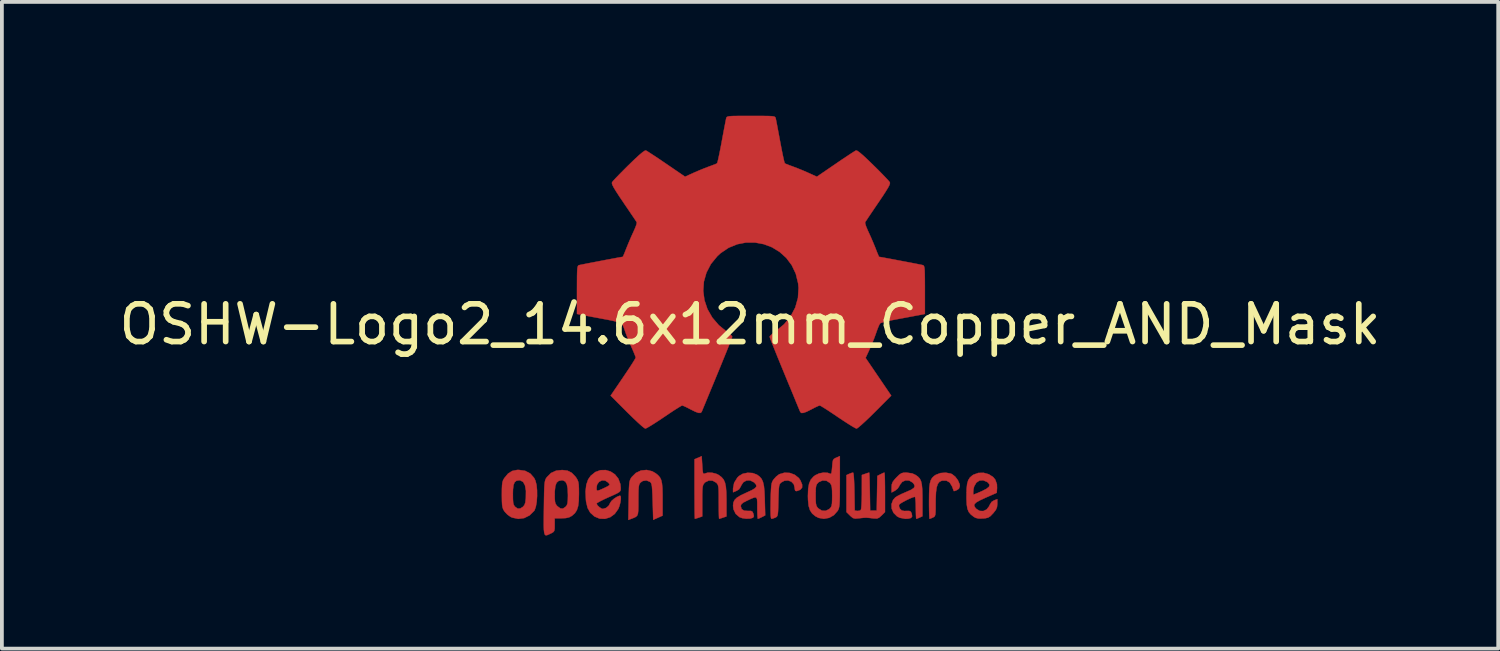
<source format=kicad_pcb>
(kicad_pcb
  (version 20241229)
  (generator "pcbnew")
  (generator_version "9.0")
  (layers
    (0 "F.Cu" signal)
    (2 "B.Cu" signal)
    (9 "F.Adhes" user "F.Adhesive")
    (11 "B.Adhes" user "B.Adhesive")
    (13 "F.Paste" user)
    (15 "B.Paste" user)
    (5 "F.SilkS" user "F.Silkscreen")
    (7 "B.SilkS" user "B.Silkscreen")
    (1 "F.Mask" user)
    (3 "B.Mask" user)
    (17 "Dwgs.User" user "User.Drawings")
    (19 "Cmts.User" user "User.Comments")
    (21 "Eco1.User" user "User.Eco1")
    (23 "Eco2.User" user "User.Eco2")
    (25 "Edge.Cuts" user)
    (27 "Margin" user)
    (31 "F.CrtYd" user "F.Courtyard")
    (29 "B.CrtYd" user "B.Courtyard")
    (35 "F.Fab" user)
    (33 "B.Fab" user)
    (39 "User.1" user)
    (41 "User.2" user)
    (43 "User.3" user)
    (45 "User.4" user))
  (footprint "OSHW-Logo2_14.6x12mm_Copper_AND_Mask"
    (layer "F.Cu")
    (at 16.839 5.552)
    (property "Reference" "OSHW-Logo2_14.6x12mm_Copper_AND_Mask" (at 0 0 0) (layer "F.SilkS") (effects (font (size 1 1) (thickness 0.15))))
    (attr exclude_from_pos_files exclude_from_bom allow_missing_courtyard)
    (fp_poly (pts (xy 5.324 3.957) (xy 5.359 3.973) (xy 5.442 4.039) (xy 5.513 4.134) (xy 5.557 4.236) (xy 5.564 4.286) (xy 5.54 4.356) (xy 5.487 4.393) (xy 5.431 4.416) (xy 5.405 4.42) (xy 5.392 4.39) (xy 5.368 4.324) (xy 5.357 4.295) (xy 5.295 4.193) (xy 5.207 4.142) (xy 5.093 4.143) (xy 5.085 4.145) (xy 5.024 4.174) (xy 4.979 4.23) (xy 4.949 4.321) (xy 4.931 4.452) (xy 4.923 4.631) (xy 4.922 4.727) (xy 4.922 4.877) (xy 4.919 4.98) (xy 4.913 5.045) (xy 4.9 5.083) (xy 4.88 5.105) (xy 4.849 5.121) (xy 4.848 5.122) (xy 4.789 5.147) (xy 4.76 5.156) (xy 4.756 5.128) (xy 4.752 5.052) (xy 4.749 4.937) (xy 4.747 4.793) (xy 4.747 4.687) (xy 4.749 4.483) (xy 4.755 4.328) (xy 4.77 4.213) (xy 4.794 4.13) (xy 4.83 4.069) (xy 4.881 4.02) (xy 4.931 3.987) (xy 5.051 3.942) (xy 5.191 3.932) (xy 5.324 3.957)) (stroke (width 0.01) (type solid)) (fill yes) (layer "F.Cu"))
    (fp_poly (pts (xy -2.595 3.895) (xy -2.501 3.949) (xy -2.436 4.003) (xy -2.388 4.059) (xy -2.355 4.128) (xy -2.335 4.22) (xy -2.323 4.344) (xy -2.319 4.51) (xy -2.319 4.63) (xy -2.319 5.071) (xy -2.443 5.127) (xy -2.567 5.182) (xy -2.581 4.699) (xy -2.587 4.519) (xy -2.594 4.388) (xy -2.601 4.298) (xy -2.612 4.239) (xy -2.627 4.203) (xy -2.646 4.18) (xy -2.653 4.175) (xy -2.748 4.137) (xy -2.845 4.152) (xy -2.902 4.192) (xy -2.926 4.221) (xy -2.942 4.258) (xy -2.952 4.315) (xy -2.958 4.401) (xy -2.96 4.527) (xy -2.961 4.658) (xy -2.961 4.823) (xy -2.964 4.94) (xy -2.973 5.019) (xy -2.993 5.07) (xy -3.027 5.103) (xy -3.08 5.129) (xy -3.15 5.156) (xy -3.227 5.185) (xy -3.218 4.667) (xy -3.214 4.48) (xy -3.21 4.342) (xy -3.204 4.243) (xy -3.195 4.173) (xy -3.181 4.124) (xy -3.162 4.085) (xy -3.139 4.05) (xy -3.027 3.939) (xy -2.891 3.875) (xy -2.742 3.86) (xy -2.595 3.895)) (stroke (width 0.01) (type solid)) (fill yes) (layer "F.Cu"))
    (fp_poly (pts (xy 1.054 3.939) (xy 1.186 3.988) (xy 1.294 4.075) (xy 1.336 4.136) (xy 1.382 4.248) (xy 1.381 4.328) (xy 1.333 4.383) (xy 1.315 4.392) (xy 1.238 4.421) (xy 1.199 4.413) (xy 1.186 4.365) (xy 1.185 4.338) (xy 1.161 4.24) (xy 1.097 4.171) (xy 1.009 4.138) (xy 0.911 4.146) (xy 0.831 4.19) (xy 0.803 4.214) (xy 0.784 4.244) (xy 0.771 4.29) (xy 0.763 4.361) (xy 0.758 4.467) (xy 0.753 4.619) (xy 0.752 4.668) (xy 0.748 4.832) (xy 0.744 4.948) (xy 0.737 5.025) (xy 0.726 5.072) (xy 0.71 5.099) (xy 0.686 5.116) (xy 0.671 5.123) (xy 0.606 5.148) (xy 0.567 5.156) (xy 0.555 5.128) (xy 0.547 5.046) (xy 0.544 4.907) (xy 0.546 4.712) (xy 0.547 4.681) (xy 0.551 4.503) (xy 0.557 4.372) (xy 0.564 4.28) (xy 0.575 4.215) (xy 0.591 4.168) (xy 0.613 4.129) (xy 0.625 4.112) (xy 0.693 4.036) (xy 0.768 3.978) (xy 0.777 3.973) (xy 0.912 3.933) (xy 1.054 3.939)) (stroke (width 0.01) (type solid)) (fill yes) (layer "F.Cu"))
    (fp_poly (pts (xy 3.568 3.957) (xy 3.573 4.034) (xy 3.576 4.151) (xy 3.578 4.298) (xy 3.579 4.453) (xy 3.579 4.976) (xy 3.487 5.068) (xy 3.423 5.125) (xy 3.367 5.148) (xy 3.291 5.147) (xy 3.26 5.143) (xy 3.166 5.132) (xy 3.087 5.126) (xy 3.068 5.126) (xy 3.004 5.129) (xy 2.912 5.139) (xy 2.876 5.143) (xy 2.788 5.15) (xy 2.729 5.135) (xy 2.671 5.089) (xy 2.65 5.068) (xy 2.557 4.976) (xy 2.557 3.997) (xy 2.631 3.963) (xy 2.696 3.938) (xy 2.733 3.93) (xy 2.743 3.957) (xy 2.752 4.035) (xy 2.759 4.154) (xy 2.765 4.305) (xy 2.768 4.433) (xy 2.776 4.937) (xy 2.846 4.947) (xy 2.909 4.94) (xy 2.94 4.917) (xy 2.949 4.876) (xy 2.956 4.787) (xy 2.962 4.662) (xy 2.965 4.513) (xy 2.965 4.436) (xy 2.966 3.994) (xy 3.058 3.962) (xy 3.123 3.94) (xy 3.158 3.93) (xy 3.159 3.93) (xy 3.163 3.957) (xy 3.167 4.034) (xy 3.171 4.15) (xy 3.174 4.296) (xy 3.177 4.433) (xy 3.185 4.937) (xy 3.36 4.937) (xy 3.368 4.477) (xy 3.376 4.018) (xy 3.461 3.974) (xy 3.525 3.943) (xy 3.562 3.93) (xy 3.563 3.93) (xy 3.568 3.957)) (stroke (width 0.01) (type solid)) (fill yes) (layer "F.Cu"))
    (fp_poly (pts (xy -1.267 3.741) (xy -1.259 3.861) (xy -1.249 3.931) (xy -1.235 3.962) (xy -1.216 3.962) (xy -1.209 3.958) (xy -1.123 3.932) (xy -1.011 3.933) (xy -0.898 3.961) (xy -0.827 3.996) (xy -0.754 4.052) (xy -0.7 4.116) (xy -0.664 4.197) (xy -0.641 4.305) (xy -0.629 4.45) (xy -0.625 4.642) (xy -0.625 4.678) (xy -0.625 5.092) (xy -0.717 5.124) (xy -0.782 5.145) (xy -0.818 5.156) (xy -0.819 5.156) (xy -0.823 5.128) (xy -0.826 5.052) (xy -0.828 4.938) (xy -0.829 4.795) (xy -0.83 4.708) (xy -0.83 4.537) (xy -0.832 4.414) (xy -0.837 4.33) (xy -0.847 4.275) (xy -0.862 4.238) (xy -0.883 4.211) (xy -0.897 4.197) (xy -0.991 4.144) (xy -1.094 4.14) (xy -1.187 4.185) (xy -1.204 4.201) (xy -1.229 4.232) (xy -1.247 4.269) (xy -1.258 4.322) (xy -1.264 4.402) (xy -1.267 4.519) (xy -1.267 4.68) (xy -1.267 5.092) (xy -1.359 5.124) (xy -1.425 5.145) (xy -1.461 5.156) (xy -1.462 5.156) (xy -1.464 5.128) (xy -1.467 5.049) (xy -1.469 4.927) (xy -1.47 4.769) (xy -1.471 4.582) (xy -1.472 4.375) (xy -1.472 4.366) (xy -1.472 3.576) (xy -1.377 3.536) (xy -1.282 3.496) (xy -1.267 3.741)) (stroke (width 0.01) (type solid)) (fill yes) (layer "F.Cu"))
    (fp_poly (pts (xy -5.964 3.883) (xy -5.827 3.955) (xy -5.726 4.071) (xy -5.69 4.146) (xy -5.662 4.257) (xy -5.648 4.399) (xy -5.647 4.553) (xy -5.657 4.703) (xy -5.68 4.834) (xy -5.713 4.927) (xy -5.723 4.943) (xy -5.845 5.064) (xy -5.989 5.136) (xy -6.145 5.157) (xy -6.303 5.124) (xy -6.347 5.105) (xy -6.433 5.044) (xy -6.508 4.964) (xy -6.515 4.954) (xy -6.544 4.906) (xy -6.563 4.853) (xy -6.574 4.785) (xy -6.579 4.686) (xy -6.581 4.545) (xy -6.581 4.513) (xy -6.581 4.503) (xy -6.289 4.503) (xy -6.287 4.637) (xy -6.281 4.725) (xy -6.267 4.782) (xy -6.243 4.821) (xy -6.231 4.835) (xy -6.161 4.885) (xy -6.093 4.882) (xy -6.024 4.839) (xy -5.984 4.793) (xy -5.959 4.725) (xy -5.946 4.619) (xy -5.945 4.606) (xy -5.942 4.413) (xy -5.967 4.27) (xy -6.017 4.178) (xy -6.094 4.136) (xy -6.121 4.134) (xy -6.193 4.145) (xy -6.242 4.185) (xy -6.272 4.26) (xy -6.286 4.379) (xy -6.289 4.503) (xy -6.581 4.503) (xy -6.58 4.363) (xy -6.575 4.258) (xy -6.565 4.185) (xy -6.548 4.131) (xy -6.521 4.084) (xy -6.515 4.075) (xy -6.416 3.956) (xy -6.308 3.887) (xy -6.176 3.86) (xy -6.131 3.859) (xy -5.964 3.883)) (stroke (width 0.01) (type solid)) (fill yes) (layer "F.Cu"))
    (fp_poly (pts (xy 6.331 3.974) (xy 6.447 4.049) (xy 6.503 4.117) (xy 6.547 4.24) (xy 6.55 4.337) (xy 6.542 4.466) (xy 6.243 4.597) (xy 6.098 4.664) (xy 6.002 4.718) (xy 5.953 4.765) (xy 5.944 4.81) (xy 5.972 4.86) (xy 6.002 4.893) (xy 6.09 4.946) (xy 6.186 4.95) (xy 6.274 4.908) (xy 6.339 4.826) (xy 6.35 4.797) (xy 6.406 4.707) (xy 6.469 4.668) (xy 6.557 4.635) (xy 6.557 4.76) (xy 6.549 4.845) (xy 6.519 4.917) (xy 6.455 5) (xy 6.446 5.01) (xy 6.375 5.084) (xy 6.315 5.123) (xy 6.239 5.141) (xy 6.176 5.147) (xy 6.063 5.149) (xy 5.983 5.13) (xy 5.933 5.102) (xy 5.855 5.041) (xy 5.8 4.975) (xy 5.766 4.892) (xy 5.747 4.78) (xy 5.74 4.626) (xy 5.74 4.548) (xy 5.742 4.455) (xy 5.918 4.455) (xy 5.92 4.505) (xy 5.925 4.513) (xy 5.959 4.502) (xy 6.031 4.473) (xy 6.128 4.431) (xy 6.148 4.422) (xy 6.27 4.36) (xy 6.337 4.305) (xy 6.352 4.254) (xy 6.317 4.202) (xy 6.288 4.179) (xy 6.182 4.134) (xy 6.083 4.141) (xy 6.001 4.197) (xy 5.943 4.296) (xy 5.925 4.375) (xy 5.918 4.455) (xy 5.742 4.455) (xy 5.743 4.367) (xy 5.757 4.232) (xy 5.785 4.134) (xy 5.83 4.062) (xy 5.895 4.005) (xy 5.923 3.987) (xy 6.053 3.939) (xy 6.194 3.936) (xy 6.331 3.974)) (stroke (width 0.01) (type solid)) (fill yes) (layer "F.Cu"))
    (fp_poly (pts (xy 2.382 4.172) (xy 2.381 4.39) (xy 2.38 4.558) (xy 2.377 4.683) (xy 2.372 4.775) (xy 2.363 4.84) (xy 2.352 4.887) (xy 2.336 4.923) (xy 2.324 4.944) (xy 2.224 5.058) (xy 2.099 5.129) (xy 1.959 5.155) (xy 1.82 5.131) (xy 1.737 5.089) (xy 1.649 5.017) (xy 1.59 4.928) (xy 1.554 4.812) (xy 1.538 4.656) (xy 1.535 4.543) (xy 1.536 4.534) (xy 1.74 4.534) (xy 1.741 4.665) (xy 1.747 4.751) (xy 1.76 4.808) (xy 1.783 4.849) (xy 1.811 4.88) (xy 1.906 4.939) (xy 2.007 4.944) (xy 2.103 4.895) (xy 2.11 4.888) (xy 2.142 4.853) (xy 2.162 4.811) (xy 2.173 4.749) (xy 2.177 4.653) (xy 2.178 4.547) (xy 2.176 4.413) (xy 2.17 4.324) (xy 2.156 4.266) (xy 2.133 4.224) (xy 2.114 4.201) (xy 2.025 4.145) (xy 1.923 4.139) (xy 1.826 4.181) (xy 1.807 4.197) (xy 1.775 4.233) (xy 1.755 4.275) (xy 1.745 4.338) (xy 1.74 4.435) (xy 1.74 4.534) (xy 1.536 4.534) (xy 1.542 4.359) (xy 1.566 4.222) (xy 1.611 4.118) (xy 1.682 4.037) (xy 1.737 3.996) (xy 1.836 3.951) (xy 1.952 3.93) (xy 2.059 3.936) (xy 2.119 3.958) (xy 2.143 3.965) (xy 2.158 3.941) (xy 2.169 3.877) (xy 2.178 3.78) (xy 2.187 3.672) (xy 2.199 3.607) (xy 2.222 3.57) (xy 2.262 3.545) (xy 2.287 3.534) (xy 2.382 3.494) (xy 2.382 4.172)) (stroke (width 0.01) (type solid)) (fill yes) (layer "F.Cu"))
    (fp_poly (pts (xy -3.697 3.902) (xy -3.581 3.979) (xy -3.492 4.091) (xy -3.439 4.234) (xy -3.429 4.338) (xy -3.43 4.382) (xy -3.44 4.416) (xy -3.468 4.446) (xy -3.523 4.479) (xy -3.613 4.522) (xy -3.748 4.582) (xy -3.749 4.582) (xy -3.873 4.639) (xy -3.975 4.69) (xy -4.044 4.729) (xy -4.07 4.75) (xy -4.07 4.75) (xy -4.047 4.797) (xy -3.994 4.848) (xy -3.933 4.886) (xy -3.902 4.893) (xy -3.817 4.867) (xy -3.744 4.804) (xy -3.708 4.733) (xy -3.674 4.682) (xy -3.607 4.623) (xy -3.528 4.572) (xy -3.458 4.544) (xy -3.444 4.543) (xy -3.427 4.568) (xy -3.426 4.632) (xy -3.438 4.718) (xy -3.461 4.81) (xy -3.492 4.891) (xy -3.494 4.894) (xy -3.587 5.024) (xy -3.708 5.113) (xy -3.845 5.156) (xy -3.988 5.151) (xy -4.124 5.094) (xy -4.13 5.09) (xy -4.237 4.993) (xy -4.308 4.866) (xy -4.347 4.699) (xy -4.352 4.652) (xy -4.362 4.431) (xy -4.35 4.327) (xy -4.07 4.327) (xy -4.067 4.392) (xy -4.047 4.411) (xy -3.997 4.397) (xy -3.919 4.363) (xy -3.831 4.322) (xy -3.829 4.321) (xy -3.755 4.282) (xy -3.725 4.256) (xy -3.733 4.228) (xy -3.764 4.192) (xy -3.842 4.141) (xy -3.927 4.137) (xy -4.003 4.175) (xy -4.055 4.247) (xy -4.07 4.327) (xy -4.35 4.327) (xy -4.342 4.254) (xy -4.293 4.113) (xy -4.225 4.015) (xy -4.102 3.915) (xy -3.967 3.866) (xy -3.828 3.863) (xy -3.697 3.902)) (stroke (width 0.01) (type solid)) (fill yes) (layer "F.Cu"))
    (fp_poly (pts (xy 0.068 3.942) (xy 0.182 3.984) (xy 0.184 3.985) (xy 0.254 4.037) (xy 0.307 4.098) (xy 0.343 4.177) (xy 0.368 4.285) (xy 0.382 4.43) (xy 0.391 4.623) (xy 0.391 4.65) (xy 0.402 5.064) (xy 0.313 5.11) (xy 0.249 5.141) (xy 0.21 5.156) (xy 0.208 5.156) (xy 0.202 5.129) (xy 0.196 5.055) (xy 0.193 4.948) (xy 0.192 4.862) (xy 0.192 4.722) (xy 0.186 4.633) (xy 0.164 4.591) (xy 0.116 4.589) (xy 0.033 4.621) (xy -0.092 4.68) (xy -0.184 4.728) (xy -0.232 4.77) (xy -0.246 4.816) (xy -0.246 4.819) (xy -0.223 4.898) (xy -0.155 4.94) (xy -0.051 4.947) (xy 0.024 4.946) (xy 0.064 4.967) (xy 0.088 5.019) (xy 0.103 5.085) (xy 0.082 5.122) (xy 0.074 5.128) (xy 0.002 5.149) (xy -0.099 5.152) (xy -0.204 5.138) (xy -0.278 5.112) (xy -0.38 5.025) (xy -0.438 4.904) (xy -0.45 4.81) (xy -0.441 4.724) (xy -0.409 4.655) (xy -0.346 4.593) (xy -0.244 4.531) (xy -0.094 4.461) (xy -0.085 4.457) (xy 0.05 4.395) (xy 0.133 4.344) (xy 0.169 4.298) (xy 0.161 4.251) (xy 0.114 4.197) (xy 0.1 4.185) (xy 0.005 4.137) (xy -0.093 4.139) (xy -0.178 4.186) (xy -0.235 4.273) (xy -0.24 4.29) (xy -0.291 4.373) (xy -0.356 4.413) (xy -0.45 4.452) (xy -0.45 4.35) (xy -0.421 4.201) (xy -0.337 4.065) (xy -0.292 4.02) (xy -0.192 3.961) (xy -0.064 3.935) (xy 0.068 3.942)) (stroke (width 0.01) (type solid)) (fill yes) (layer "F.Cu"))
    (fp_poly (pts (xy -4.84 3.879) (xy -4.729 3.935) (xy -4.63 4.037) (xy -4.603 4.075) (xy -4.574 4.125) (xy -4.554 4.179) (xy -4.543 4.251) (xy -4.538 4.354) (xy -4.537 4.491) (xy -4.542 4.679) (xy -4.559 4.82) (xy -4.592 4.925) (xy -4.644 5.006) (xy -4.718 5.072) (xy -4.723 5.076) (xy -4.797 5.116) (xy -4.885 5.136) (xy -4.997 5.141) (xy -5.18 5.141) (xy -5.18 5.318) (xy -5.181 5.417) (xy -5.192 5.475) (xy -5.219 5.509) (xy -5.27 5.539) (xy -5.283 5.544) (xy -5.341 5.572) (xy -5.386 5.59) (xy -5.42 5.592) (xy -5.443 5.571) (xy -5.458 5.523) (xy -5.467 5.441) (xy -5.47 5.32) (xy -5.469 5.154) (xy -5.467 4.936) (xy -5.466 4.871) (xy -5.463 4.647) (xy -5.46 4.5) (xy -5.18 4.5) (xy -5.178 4.625) (xy -5.171 4.706) (xy -5.155 4.76) (xy -5.127 4.801) (xy -5.108 4.821) (xy -5.03 4.88) (xy -4.961 4.885) (xy -4.89 4.836) (xy -4.888 4.835) (xy -4.859 4.797) (xy -4.841 4.746) (xy -4.832 4.667) (xy -4.829 4.547) (xy -4.829 4.52) (xy -4.836 4.354) (xy -4.858 4.239) (xy -4.897 4.169) (xy -4.957 4.137) (xy -4.992 4.134) (xy -5.073 4.149) (xy -5.13 4.198) (xy -5.163 4.288) (xy -5.178 4.425) (xy -5.18 4.5) (xy -5.46 4.5) (xy -5.46 4.473) (xy -5.456 4.343) (xy -5.45 4.247) (xy -5.442 4.18) (xy -5.431 4.132) (xy -5.417 4.096) (xy -5.397 4.065) (xy -5.389 4.053) (xy -5.279 3.942) (xy -5.141 3.879) (xy -4.98 3.862) (xy -4.84 3.879)) (stroke (width 0.01) (type solid)) (fill yes) (layer "F.Cu"))
    (fp_poly (pts (xy 4.302 3.952) (xy 4.386 3.991) (xy 4.452 4.037) (xy 4.501 4.089) (xy 4.534 4.156) (xy 4.555 4.247) (xy 4.567 4.373) (xy 4.571 4.542) (xy 4.572 4.653) (xy 4.572 5.088) (xy 4.497 5.122) (xy 4.439 5.147) (xy 4.41 5.156) (xy 4.404 5.129) (xy 4.4 5.055) (xy 4.397 4.949) (xy 4.396 4.864) (xy 4.394 4.741) (xy 4.387 4.644) (xy 4.378 4.584) (xy 4.37 4.572) (xy 4.318 4.585) (xy 4.237 4.618) (xy 4.143 4.663) (xy 4.053 4.711) (xy 3.983 4.754) (xy 3.951 4.784) (xy 3.95 4.784) (xy 3.953 4.839) (xy 3.978 4.892) (xy 4.022 4.934) (xy 4.087 4.948) (xy 4.142 4.947) (xy 4.22 4.946) (xy 4.261 4.964) (xy 4.285 5.012) (xy 4.288 5.021) (xy 4.299 5.09) (xy 4.27 5.132) (xy 4.196 5.152) (xy 4.116 5.155) (xy 3.972 5.128) (xy 3.897 5.089) (xy 3.805 4.997) (xy 3.756 4.885) (xy 3.752 4.766) (xy 3.793 4.656) (xy 3.855 4.586) (xy 3.917 4.548) (xy 4.015 4.498) (xy 4.129 4.449) (xy 4.148 4.441) (xy 4.272 4.386) (xy 4.344 4.337) (xy 4.368 4.289) (xy 4.346 4.235) (xy 4.309 4.192) (xy 4.221 4.14) (xy 4.124 4.136) (xy 4.036 4.176) (xy 3.972 4.257) (xy 3.964 4.277) (xy 3.915 4.354) (xy 3.844 4.41) (xy 3.754 4.457) (xy 3.754 4.325) (xy 3.759 4.245) (xy 3.782 4.181) (xy 3.832 4.114) (xy 3.881 4.061) (xy 3.955 3.988) (xy 4.014 3.948) (xy 4.076 3.932) (xy 4.147 3.93) (xy 4.302 3.952)) (stroke (width 0.01) (type solid)) (fill yes) (layer "F.Cu"))
    (fp_poly (pts (xy 0.233 -5.528) (xy 0.391 -5.527) (xy 0.506 -5.525) (xy 0.584 -5.521) (xy 0.633 -5.513) (xy 0.66 -5.502) (xy 0.674 -5.486) (xy 0.68 -5.465) (xy 0.681 -5.463) (xy 0.691 -5.414) (xy 0.71 -5.318) (xy 0.735 -5.186) (xy 0.765 -5.026) (xy 0.798 -4.849) (xy 0.799 -4.843) (xy 0.832 -4.67) (xy 0.862 -4.518) (xy 0.889 -4.394) (xy 0.909 -4.309) (xy 0.922 -4.272) (xy 0.922 -4.271) (xy 0.959 -4.253) (xy 1.035 -4.223) (xy 1.133 -4.187) (xy 1.134 -4.187) (xy 1.257 -4.14) (xy 1.403 -4.081) (xy 1.541 -4.021) (xy 1.547 -4.018) (xy 1.772 -3.916) (xy 2.268 -4.255) (xy 2.42 -4.359) (xy 2.558 -4.451) (xy 2.673 -4.527) (xy 2.759 -4.582) (xy 2.806 -4.61) (xy 2.81 -4.612) (xy 2.844 -4.603) (xy 2.908 -4.558) (xy 3.004 -4.476) (xy 3.134 -4.354) (xy 3.267 -4.225) (xy 3.396 -4.098) (xy 3.511 -3.981) (xy 3.605 -3.883) (xy 3.672 -3.811) (xy 3.705 -3.771) (xy 3.707 -3.769) (xy 3.71 -3.742) (xy 3.697 -3.697) (xy 3.662 -3.629) (xy 3.603 -3.532) (xy 3.517 -3.399) (xy 3.402 -3.229) (xy 3.3 -3.079) (xy 3.209 -2.944) (xy 3.134 -2.833) (xy 3.081 -2.752) (xy 3.053 -2.711) (xy 3.052 -2.708) (xy 3.055 -2.669) (xy 3.08 -2.592) (xy 3.122 -2.492) (xy 3.137 -2.46) (xy 3.202 -2.318) (xy 3.271 -2.157) (xy 3.328 -2.018) (xy 3.368 -1.914) (xy 3.401 -1.836) (xy 3.419 -1.795) (xy 3.422 -1.791) (xy 3.456 -1.786) (xy 3.537 -1.772) (xy 3.654 -1.75) (xy 3.795 -1.724) (xy 3.951 -1.694) (xy 4.111 -1.664) (xy 4.263 -1.635) (xy 4.398 -1.609) (xy 4.503 -1.588) (xy 4.57 -1.574) (xy 4.586 -1.57) (xy 4.603 -1.56) (xy 4.615 -1.539) (xy 4.625 -1.498) (xy 4.631 -1.43) (xy 4.634 -1.328) (xy 4.636 -1.186) (xy 4.637 -0.994) (xy 4.637 -0.916) (xy 4.637 -0.277) (xy 4.484 -0.247) (xy 4.398 -0.231) (xy 4.271 -0.207) (xy 4.117 -0.178) (xy 3.953 -0.148) (xy 3.907 -0.139) (xy 3.755 -0.11) (xy 3.623 -0.081) (xy 3.521 -0.055) (xy 3.461 -0.035) (xy 3.451 -0.029) (xy 3.426 0.013) (xy 3.391 0.095) (xy 3.352 0.2) (xy 3.345 0.223) (xy 3.294 0.364) (xy 3.23 0.522) (xy 3.168 0.665) (xy 3.168 0.666) (xy 3.064 0.889) (xy 3.744 1.889) (xy 3.308 2.326) (xy 3.176 2.456) (xy 3.055 2.571) (xy 2.953 2.664) (xy 2.877 2.729) (xy 2.832 2.761) (xy 2.825 2.763) (xy 2.787 2.747) (xy 2.71 2.703) (xy 2.602 2.636) (xy 2.471 2.551) (xy 2.329 2.457) (xy 2.186 2.36) (xy 2.058 2.275) (xy 1.953 2.209) (xy 1.881 2.165) (xy 1.848 2.15) (xy 1.809 2.163) (xy 1.734 2.197) (xy 1.639 2.246) (xy 1.629 2.252) (xy 1.501 2.316) (xy 1.413 2.347) (xy 1.358 2.348) (xy 1.33 2.318) (xy 1.33 2.318) (xy 1.315 2.283) (xy 1.281 2.201) (xy 1.23 2.078) (xy 1.165 1.919) (xy 1.088 1.732) (xy 1.001 1.523) (xy 0.918 1.321) (xy 0.826 1.098) (xy 0.741 0.891) (xy 0.667 0.707) (xy 0.605 0.552) (xy 0.558 0.433) (xy 0.529 0.355) (xy 0.52 0.326) (xy 0.543 0.293) (xy 0.602 0.24) (xy 0.68 0.181) (xy 0.903 -0.003) (xy 1.077 -0.215) (xy 1.2 -0.449) (xy 1.271 -0.702) (xy 1.287 -0.968) (xy 1.275 -1.091) (xy 1.213 -1.345) (xy 1.106 -1.57) (xy 0.961 -1.763) (xy 0.784 -1.922) (xy 0.583 -2.045) (xy 0.363 -2.128) (xy 0.131 -2.171) (xy -0.106 -2.171) (xy -0.341 -2.125) (xy -0.568 -2.032) (xy -0.78 -1.889) (xy -0.868 -1.808) (xy -1.038 -1.6) (xy -1.156 -1.373) (xy -1.224 -1.134) (xy -1.241 -0.888) (xy -1.209 -0.643) (xy -1.129 -0.405) (xy -1.001 -0.181) (xy -0.827 0.022) (xy -0.632 0.181) (xy -0.55 0.242) (xy -0.493 0.295) (xy -0.472 0.326) (xy -0.483 0.36) (xy -0.514 0.442) (xy -0.562 0.565) (xy -0.625 0.723) (xy -0.701 0.909) (xy -0.786 1.118) (xy -0.87 1.321) (xy -0.962 1.545) (xy -1.048 1.752) (xy -1.124 1.936) (xy -1.188 2.091) (xy -1.238 2.211) (xy -1.27 2.289) (xy -1.281 2.318) (xy -1.31 2.347) (xy -1.364 2.347) (xy -1.451 2.316) (xy -1.579 2.252) (xy -1.58 2.252) (xy -1.676 2.202) (xy -1.754 2.166) (xy -1.798 2.15) (xy -1.8 2.15) (xy -1.833 2.166) (xy -1.906 2.21) (xy -2.011 2.276) (xy -2.139 2.361) (xy -2.281 2.457) (xy -2.426 2.554) (xy -2.556 2.638) (xy -2.664 2.705) (xy -2.74 2.748) (xy -2.777 2.763) (xy -2.81 2.743) (xy -2.878 2.688) (xy -2.973 2.602) (xy -3.088 2.494) (xy -3.217 2.368) (xy -3.26 2.326) (xy -3.696 1.889) (xy -3.364 1.401) (xy -3.263 1.251) (xy -3.174 1.117) (xy -3.103 1.006) (xy -3.054 0.925) (xy -3.032 0.884) (xy -3.032 0.881) (xy -3.043 0.842) (xy -3.074 0.763) (xy -3.119 0.657) (xy -3.15 0.587) (xy -3.209 0.452) (xy -3.264 0.315) (xy -3.307 0.2) (xy -3.319 0.165) (xy -3.352 0.071) (xy -3.385 -0.002) (xy -3.402 -0.029) (xy -3.442 -0.046) (xy -3.527 -0.069) (xy -3.649 -0.098) (xy -3.794 -0.127) (xy -3.859 -0.139) (xy -4.024 -0.17) (xy -4.182 -0.199) (xy -4.318 -0.225) (xy -4.417 -0.243) (xy -4.435 -0.247) (xy -4.589 -0.277) (xy -4.589 -0.916) (xy -4.588 -1.125) (xy -4.587 -1.284) (xy -4.584 -1.399) (xy -4.579 -1.478) (xy -4.571 -1.527) (xy -4.559 -1.555) (xy -4.544 -1.568) (xy -4.538 -1.57) (xy -4.5 -1.578) (xy -4.416 -1.595) (xy -4.297 -1.619) (xy -4.154 -1.646) (xy -3.998 -1.676) (xy -3.838 -1.707) (xy -3.687 -1.735) (xy -3.554 -1.76) (xy -3.451 -1.779) (xy -3.387 -1.789) (xy -3.373 -1.791) (xy -3.361 -1.817) (xy -3.332 -1.884) (xy -3.294 -1.98) (xy -3.279 -2.018) (xy -3.22 -2.163) (xy -3.151 -2.324) (xy -3.089 -2.46) (xy -3.043 -2.564) (xy -3.012 -2.649) (xy -3.002 -2.701) (xy -3.004 -2.708) (xy -3.025 -2.741) (xy -3.074 -2.815) (xy -3.146 -2.921) (xy -3.234 -3.052) (xy -3.335 -3.199) (xy -3.354 -3.229) (xy -3.471 -3.401) (xy -3.556 -3.533) (xy -3.615 -3.63) (xy -3.649 -3.697) (xy -3.662 -3.741) (xy -3.659 -3.768) (xy -3.658 -3.769) (xy -3.63 -3.805) (xy -3.566 -3.874) (xy -3.474 -3.97) (xy -3.361 -4.084) (xy -3.234 -4.211) (xy -3.219 -4.225) (xy -3.059 -4.38) (xy -2.935 -4.494) (xy -2.845 -4.569) (xy -2.787 -4.607) (xy -2.762 -4.612) (xy -2.725 -4.591) (xy -2.647 -4.541) (xy -2.538 -4.47) (xy -2.404 -4.381) (xy -2.254 -4.279) (xy -2.219 -4.255) (xy -1.723 -3.916) (xy -1.499 -4.018) (xy -1.363 -4.077) (xy -1.217 -4.137) (xy -1.091 -4.185) (xy -1.085 -4.187) (xy -0.987 -4.223) (xy -0.911 -4.253) (xy -0.874 -4.271) (xy -0.874 -4.271) (xy -0.862 -4.305) (xy -0.842 -4.386) (xy -0.816 -4.507) (xy -0.786 -4.657) (xy -0.753 -4.829) (xy -0.751 -4.843) (xy -0.718 -5.02) (xy -0.688 -5.18) (xy -0.662 -5.314) (xy -0.643 -5.412) (xy -0.633 -5.462) (xy -0.633 -5.463) (xy -0.626 -5.484) (xy -0.614 -5.5) (xy -0.588 -5.512) (xy -0.542 -5.52) (xy -0.468 -5.525) (xy -0.358 -5.527) (xy -0.205 -5.528) (xy -0.002 -5.528) (xy 0.024 -5.528) (xy 0.233 -5.528)) (stroke (width 0.01) (type solid)) (fill yes) (layer "F.Cu"))
    (fp_poly (pts (xy 5.336 3.94) (xy 5.371 3.955) (xy 5.454 4.021) (xy 5.525 4.117) (xy 5.569 4.218) (xy 5.576 4.269) (xy 5.552 4.339) (xy 5.5 4.376) (xy 5.443 4.398) (xy 5.417 4.402) (xy 5.405 4.372) (xy 5.38 4.307) (xy 5.369 4.277) (xy 5.308 4.175) (xy 5.219 4.124) (xy 5.105 4.126) (xy 5.097 4.128) (xy 5.036 4.157) (xy 4.991 4.213) (xy 4.961 4.303) (xy 4.943 4.435) (xy 4.935 4.614) (xy 4.934 4.709) (xy 4.934 4.86) (xy 4.931 4.962) (xy 4.925 5.028) (xy 4.912 5.066) (xy 4.892 5.088) (xy 4.861 5.104) (xy 4.86 5.105) (xy 4.801 5.129) (xy 4.772 5.138) (xy 4.768 5.111) (xy 4.764 5.035) (xy 4.761 4.92) (xy 4.759 4.775) (xy 4.759 4.67) (xy 4.761 4.466) (xy 4.767 4.311) (xy 4.782 4.196) (xy 4.806 4.113) (xy 4.842 4.051) (xy 4.893 4.003) (xy 4.943 3.969) (xy 5.063 3.925) (xy 5.204 3.915) (xy 5.336 3.94)) (stroke (width 0.01) (type solid)) (fill yes) (layer "F.Mask"))
    (fp_poly (pts (xy -2.583 3.878) (xy -2.489 3.932) (xy -2.424 3.986) (xy -2.376 4.042) (xy -2.343 4.111) (xy -2.323 4.202) (xy -2.311 4.327) (xy -2.307 4.493) (xy -2.306 4.613) (xy -2.306 5.054) (xy -2.431 5.109) (xy -2.555 5.165) (xy -2.569 4.682) (xy -2.575 4.502) (xy -2.582 4.371) (xy -2.589 4.281) (xy -2.6 4.222) (xy -2.614 4.185) (xy -2.634 4.163) (xy -2.64 4.158) (xy -2.736 4.12) (xy -2.833 4.135) (xy -2.89 4.175) (xy -2.914 4.203) (xy -2.93 4.241) (xy -2.94 4.297) (xy -2.946 4.383) (xy -2.948 4.51) (xy -2.949 4.641) (xy -2.949 4.806) (xy -2.952 4.923) (xy -2.961 5.002) (xy -2.981 5.052) (xy -3.015 5.086) (xy -3.068 5.112) (xy -3.138 5.138) (xy -3.215 5.168) (xy -3.206 4.649) (xy -3.202 4.463) (xy -3.198 4.324) (xy -3.192 4.226) (xy -3.183 4.156) (xy -3.169 4.107) (xy -3.15 4.067) (xy -3.127 4.033) (xy -3.015 3.922) (xy -2.878 3.858) (xy -2.73 3.842) (xy -2.583 3.878)) (stroke (width 0.01) (type solid)) (fill yes) (layer "F.Mask"))
    (fp_poly (pts (xy 1.066 3.922) (xy 1.199 3.971) (xy 1.306 4.057) (xy 1.348 4.118) (xy 1.394 4.23) (xy 1.393 4.311) (xy 1.345 4.365) (xy 1.327 4.375) (xy 1.25 4.403) (xy 1.211 4.396) (xy 1.198 4.348) (xy 1.197 4.321) (xy 1.173 4.223) (xy 1.109 4.154) (xy 1.021 4.12) (xy 0.923 4.129) (xy 0.843 4.172) (xy 0.816 4.197) (xy 0.796 4.227) (xy 0.783 4.273) (xy 0.775 4.343) (xy 0.77 4.45) (xy 0.765 4.602) (xy 0.764 4.65) (xy 0.76 4.815) (xy 0.756 4.931) (xy 0.749 5.008) (xy 0.738 5.055) (xy 0.722 5.082) (xy 0.698 5.098) (xy 0.683 5.105) (xy 0.618 5.13) (xy 0.58 5.138) (xy 0.567 5.111) (xy 0.559 5.029) (xy 0.556 4.89) (xy 0.558 4.694) (xy 0.559 4.664) (xy 0.563 4.485) (xy 0.569 4.355) (xy 0.576 4.262) (xy 0.587 4.198) (xy 0.603 4.151) (xy 0.626 4.111) (xy 0.637 4.094) (xy 0.705 4.019) (xy 0.78 3.961) (xy 0.789 3.956) (xy 0.924 3.915) (xy 1.066 3.922)) (stroke (width 0.01) (type solid)) (fill yes) (layer "F.Mask"))
    (fp_poly (pts (xy 3.58 3.94) (xy 3.585 4.017) (xy 3.588 4.133) (xy 3.59 4.281) (xy 3.591 4.435) (xy 3.591 4.959) (xy 3.499 5.051) (xy 3.435 5.108) (xy 3.379 5.131) (xy 3.303 5.13) (xy 3.272 5.126) (xy 3.178 5.115) (xy 3.099 5.109) (xy 3.08 5.108) (xy 3.016 5.112) (xy 2.924 5.121) (xy 2.888 5.126) (xy 2.8 5.133) (xy 2.741 5.118) (xy 2.683 5.072) (xy 2.662 5.051) (xy 2.569 4.959) (xy 2.569 3.98) (xy 2.644 3.946) (xy 2.708 3.921) (xy 2.745 3.912) (xy 2.755 3.94) (xy 2.764 4.018) (xy 2.771 4.136) (xy 2.777 4.288) (xy 2.78 4.416) (xy 2.788 4.919) (xy 2.858 4.929) (xy 2.921 4.922) (xy 2.952 4.9) (xy 2.961 4.858) (xy 2.968 4.77) (xy 2.974 4.645) (xy 2.977 4.496) (xy 2.977 4.419) (xy 2.978 3.976) (xy 3.07 3.944) (xy 3.135 3.922) (xy 3.17 3.912) (xy 3.171 3.912) (xy 3.175 3.94) (xy 3.179 4.016) (xy 3.183 4.133) (xy 3.186 4.279) (xy 3.189 4.416) (xy 3.197 4.919) (xy 3.372 4.919) (xy 3.38 4.46) (xy 3.388 4.001) (xy 3.474 3.956) (xy 3.537 3.926) (xy 3.574 3.912) (xy 3.575 3.912) (xy 3.58 3.94)) (stroke (width 0.01) (type solid)) (fill yes) (layer "F.Mask"))
    (fp_poly (pts (xy -1.255 3.724) (xy -1.247 3.843) (xy -1.237 3.914) (xy -1.223 3.944) (xy -1.203 3.945) (xy -1.197 3.941) (xy -1.111 3.914) (xy -0.999 3.916) (xy -0.886 3.943) (xy -0.814 3.978) (xy -0.742 4.035) (xy -0.688 4.099) (xy -0.652 4.18) (xy -0.629 4.288) (xy -0.617 4.433) (xy -0.613 4.624) (xy -0.613 4.661) (xy -0.613 5.074) (xy -0.705 5.106) (xy -0.77 5.128) (xy -0.806 5.138) (xy -0.807 5.138) (xy -0.811 5.111) (xy -0.814 5.035) (xy -0.816 4.921) (xy -0.817 4.778) (xy -0.817 4.691) (xy -0.818 4.52) (xy -0.82 4.397) (xy -0.825 4.313) (xy -0.834 4.258) (xy -0.849 4.221) (xy -0.871 4.193) (xy -0.885 4.18) (xy -0.979 4.126) (xy -1.082 4.122) (xy -1.175 4.168) (xy -1.192 4.184) (xy -1.217 4.215) (xy -1.235 4.252) (xy -1.246 4.304) (xy -1.252 4.384) (xy -1.255 4.501) (xy -1.255 4.663) (xy -1.255 5.074) (xy -1.347 5.106) (xy -1.413 5.128) (xy -1.448 5.138) (xy -1.45 5.138) (xy -1.452 5.11) (xy -1.455 5.032) (xy -1.457 4.909) (xy -1.458 4.751) (xy -1.459 4.565) (xy -1.46 4.358) (xy -1.46 4.349) (xy -1.46 3.559) (xy -1.365 3.519) (xy -1.27 3.479) (xy -1.255 3.724)) (stroke (width 0.01) (type solid)) (fill yes) (layer "F.Mask"))
    (fp_poly (pts (xy -5.952 3.866) (xy -5.815 3.938) (xy -5.714 4.054) (xy -5.678 4.128) (xy -5.65 4.24) (xy -5.636 4.381) (xy -5.635 4.535) (xy -5.645 4.686) (xy -5.668 4.816) (xy -5.701 4.91) (xy -5.711 4.926) (xy -5.833 5.046) (xy -5.977 5.118) (xy -6.133 5.139) (xy -6.291 5.107) (xy -6.335 5.087) (xy -6.42 5.027) (xy -6.496 4.947) (xy -6.503 4.937) (xy -6.532 4.888) (xy -6.551 4.836) (xy -6.562 4.767) (xy -6.567 4.669) (xy -6.569 4.528) (xy -6.569 4.496) (xy -6.569 4.486) (xy -6.277 4.486) (xy -6.275 4.619) (xy -6.269 4.708) (xy -6.255 4.765) (xy -6.231 4.804) (xy -6.219 4.817) (xy -6.149 4.867) (xy -6.081 4.865) (xy -6.012 4.822) (xy -5.971 4.775) (xy -5.947 4.708) (xy -5.934 4.601) (xy -5.933 4.589) (xy -5.93 4.396) (xy -5.955 4.253) (xy -6.005 4.16) (xy -6.082 4.119) (xy -6.109 4.117) (xy -6.181 4.128) (xy -6.23 4.167) (xy -6.26 4.242) (xy -6.274 4.361) (xy -6.277 4.486) (xy -6.569 4.486) (xy -6.568 4.346) (xy -6.563 4.241) (xy -6.553 4.168) (xy -6.536 4.114) (xy -6.509 4.067) (xy -6.503 4.058) (xy -6.404 3.939) (xy -6.296 3.87) (xy -6.164 3.843) (xy -6.119 3.841) (xy -5.952 3.866)) (stroke (width 0.01) (type solid)) (fill yes) (layer "F.Mask"))
    (fp_poly (pts (xy 6.343 3.957) (xy 6.459 4.032) (xy 6.515 4.1) (xy 6.559 4.222) (xy 6.562 4.319) (xy 6.554 4.449) (xy 6.255 4.58) (xy 6.11 4.647) (xy 6.015 4.701) (xy 5.965 4.747) (xy 5.957 4.793) (xy 5.984 4.843) (xy 6.014 4.876) (xy 6.102 4.929) (xy 6.198 4.932) (xy 6.286 4.891) (xy 6.351 4.809) (xy 6.362 4.78) (xy 6.418 4.69) (xy 6.482 4.651) (xy 6.569 4.618) (xy 6.569 4.743) (xy 6.561 4.828) (xy 6.531 4.9) (xy 6.468 4.982) (xy 6.458 4.993) (xy 6.388 5.066) (xy 6.327 5.106) (xy 6.251 5.124) (xy 6.188 5.13) (xy 6.075 5.131) (xy 5.995 5.113) (xy 5.945 5.085) (xy 5.867 5.024) (xy 5.812 4.958) (xy 5.778 4.874) (xy 5.759 4.762) (xy 5.752 4.609) (xy 5.752 4.531) (xy 5.754 4.438) (xy 5.93 4.438) (xy 5.932 4.488) (xy 5.937 4.496) (xy 5.971 4.485) (xy 6.043 4.455) (xy 6.14 4.414) (xy 6.16 4.405) (xy 6.282 4.342) (xy 6.35 4.288) (xy 6.364 4.237) (xy 6.329 4.185) (xy 6.3 4.162) (xy 6.194 4.116) (xy 6.095 4.124) (xy 6.013 4.18) (xy 5.956 4.279) (xy 5.937 4.357) (xy 5.93 4.438) (xy 5.754 4.438) (xy 5.755 4.349) (xy 5.769 4.215) (xy 5.797 4.117) (xy 5.842 4.045) (xy 5.907 3.988) (xy 5.935 3.969) (xy 6.065 3.921) (xy 6.206 3.918) (xy 6.343 3.957)) (stroke (width 0.01) (type solid)) (fill yes) (layer "F.Mask"))
    (fp_poly (pts (xy 2.394 4.154) (xy 2.394 4.373) (xy 2.392 4.541) (xy 2.389 4.666) (xy 2.384 4.757) (xy 2.375 4.822) (xy 2.364 4.869) (xy 2.348 4.906) (xy 2.336 4.927) (xy 2.236 5.041) (xy 2.111 5.112) (xy 1.971 5.138) (xy 1.832 5.114) (xy 1.749 5.072) (xy 1.662 4.999) (xy 1.602 4.911) (xy 1.566 4.794) (xy 1.55 4.639) (xy 1.547 4.525) (xy 1.548 4.517) (xy 1.752 4.517) (xy 1.753 4.648) (xy 1.759 4.734) (xy 1.772 4.791) (xy 1.795 4.832) (xy 1.823 4.862) (xy 1.918 4.922) (xy 2.019 4.927) (xy 2.115 4.877) (xy 2.122 4.871) (xy 2.154 4.836) (xy 2.174 4.794) (xy 2.185 4.732) (xy 2.189 4.636) (xy 2.19 4.529) (xy 2.188 4.396) (xy 2.182 4.307) (xy 2.169 4.248) (xy 2.145 4.206) (xy 2.126 4.184) (xy 2.038 4.128) (xy 1.936 4.121) (xy 1.838 4.164) (xy 1.819 4.18) (xy 1.787 4.215) (xy 1.767 4.258) (xy 1.757 4.32) (xy 1.752 4.417) (xy 1.752 4.517) (xy 1.548 4.517) (xy 1.555 4.342) (xy 1.578 4.204) (xy 1.624 4.101) (xy 1.694 4.02) (xy 1.749 3.978) (xy 1.848 3.934) (xy 1.964 3.913) (xy 2.071 3.919) (xy 2.131 3.941) (xy 2.155 3.947) (xy 2.17 3.924) (xy 2.181 3.86) (xy 2.19 3.763) (xy 2.199 3.655) (xy 2.211 3.589) (xy 2.234 3.552) (xy 2.274 3.528) (xy 2.299 3.517) (xy 2.394 3.477) (xy 2.394 4.154)) (stroke (width 0.01) (type solid)) (fill yes) (layer "F.Mask"))
    (fp_poly (pts (xy -3.684 3.885) (xy -3.569 3.962) (xy -3.48 4.074) (xy -3.427 4.216) (xy -3.417 4.321) (xy -3.418 4.365) (xy -3.428 4.398) (xy -3.456 4.428) (xy -3.511 4.461) (xy -3.601 4.505) (xy -3.736 4.565) (xy -3.737 4.565) (xy -3.861 4.622) (xy -3.963 4.673) (xy -4.032 4.711) (xy -4.058 4.733) (xy -4.058 4.733) (xy -4.035 4.78) (xy -3.982 4.831) (xy -3.921 4.868) (xy -3.889 4.876) (xy -3.805 4.85) (xy -3.732 4.786) (xy -3.696 4.716) (xy -3.662 4.664) (xy -3.595 4.605) (xy -3.516 4.554) (xy -3.446 4.527) (xy -3.432 4.525) (xy -3.415 4.55) (xy -3.414 4.614) (xy -3.426 4.701) (xy -3.449 4.793) (xy -3.48 4.873) (xy -3.482 4.877) (xy -3.575 5.007) (xy -3.696 5.095) (xy -3.833 5.139) (xy -3.975 5.134) (xy -4.112 5.077) (xy -4.118 5.073) (xy -4.225 4.975) (xy -4.296 4.848) (xy -4.335 4.682) (xy -4.34 4.635) (xy -4.349 4.413) (xy -4.338 4.31) (xy -4.058 4.31) (xy -4.055 4.375) (xy -4.035 4.393) (xy -3.985 4.379) (xy -3.907 4.346) (xy -3.819 4.304) (xy -3.817 4.303) (xy -3.743 4.264) (xy -3.713 4.238) (xy -3.721 4.211) (xy -3.751 4.175) (xy -3.83 4.123) (xy -3.915 4.119) (xy -3.991 4.157) (xy -4.043 4.23) (xy -4.058 4.31) (xy -4.338 4.31) (xy -4.33 4.236) (xy -4.281 4.096) (xy -4.213 3.997) (xy -4.09 3.898) (xy -3.954 3.849) (xy -3.816 3.846) (xy -3.684 3.885)) (stroke (width 0.01) (type solid)) (fill yes) (layer "F.Mask"))
    (fp_poly (pts (xy 0.08 3.924) (xy 0.194 3.967) (xy 0.196 3.968) (xy 0.266 4.02) (xy 0.319 4.081) (xy 0.355 4.16) (xy 0.38 4.267) (xy 0.394 4.413) (xy 0.403 4.605) (xy 0.404 4.633) (xy 0.414 5.047) (xy 0.325 5.092) (xy 0.261 5.123) (xy 0.222 5.138) (xy 0.22 5.138) (xy 0.214 5.111) (xy 0.208 5.038) (xy 0.205 4.931) (xy 0.204 4.844) (xy 0.204 4.704) (xy 0.198 4.616) (xy 0.176 4.574) (xy 0.128 4.572) (xy 0.045 4.604) (xy -0.08 4.662) (xy -0.172 4.711) (xy -0.22 4.753) (xy -0.234 4.799) (xy -0.234 4.801) (xy -0.211 4.88) (xy -0.143 4.923) (xy -0.039 4.929) (xy 0.036 4.928) (xy 0.076 4.95) (xy 0.1 5.002) (xy 0.115 5.068) (xy 0.094 5.105) (xy 0.087 5.11) (xy 0.014 5.132) (xy -0.087 5.135) (xy -0.192 5.121) (xy -0.266 5.095) (xy -0.368 5.008) (xy -0.426 4.887) (xy -0.438 4.792) (xy -0.429 4.707) (xy -0.397 4.637) (xy -0.334 4.576) (xy -0.232 4.514) (xy -0.082 4.444) (xy -0.073 4.44) (xy 0.062 4.378) (xy 0.145 4.326) (xy 0.181 4.28) (xy 0.173 4.234) (xy 0.126 4.18) (xy 0.112 4.168) (xy 0.017 4.12) (xy -0.081 4.122) (xy -0.166 4.169) (xy -0.223 4.256) (xy -0.228 4.273) (xy -0.279 4.356) (xy -0.344 4.395) (xy -0.438 4.435) (xy -0.438 4.333) (xy -0.409 4.184) (xy -0.325 4.048) (xy -0.28 4.002) (xy -0.18 3.944) (xy -0.052 3.917) (xy 0.08 3.924)) (stroke (width 0.01) (type solid)) (fill yes) (layer "F.Mask"))
    (fp_poly (pts (xy -4.828 3.862) (xy -4.717 3.918) (xy -4.618 4.02) (xy -4.591 4.058) (xy -4.561 4.107) (xy -4.542 4.161) (xy -4.531 4.233) (xy -4.526 4.337) (xy -4.525 4.474) (xy -4.53 4.662) (xy -4.547 4.803) (xy -4.58 4.908) (xy -4.632 4.988) (xy -4.706 5.055) (xy -4.711 5.059) (xy -4.785 5.099) (xy -4.873 5.119) (xy -4.985 5.124) (xy -5.167 5.124) (xy -5.168 5.301) (xy -5.169 5.399) (xy -5.18 5.457) (xy -5.207 5.492) (xy -5.258 5.521) (xy -5.271 5.527) (xy -5.329 5.555) (xy -5.374 5.573) (xy -5.407 5.574) (xy -5.431 5.554) (xy -5.446 5.506) (xy -5.454 5.424) (xy -5.458 5.303) (xy -5.457 5.136) (xy -5.454 4.919) (xy -5.454 4.854) (xy -5.451 4.63) (xy -5.448 4.483) (xy -5.168 4.483) (xy -5.166 4.607) (xy -5.159 4.689) (xy -5.143 4.743) (xy -5.115 4.784) (xy -5.096 4.804) (xy -5.018 4.863) (xy -4.949 4.868) (xy -4.877 4.819) (xy -4.876 4.817) (xy -4.847 4.78) (xy -4.829 4.728) (xy -4.82 4.65) (xy -4.817 4.529) (xy -4.817 4.503) (xy -4.824 4.337) (xy -4.846 4.222) (xy -4.885 4.151) (xy -4.945 4.12) (xy -4.979 4.117) (xy -5.061 4.131) (xy -5.118 4.181) (xy -5.151 4.27) (xy -5.166 4.407) (xy -5.168 4.483) (xy -5.448 4.483) (xy -5.448 4.456) (xy -5.444 4.325) (xy -5.438 4.23) (xy -5.43 4.162) (xy -5.419 4.115) (xy -5.404 4.079) (xy -5.385 4.048) (xy -5.377 4.036) (xy -5.267 3.925) (xy -5.129 3.862) (xy -4.968 3.844) (xy -4.828 3.862)) (stroke (width 0.01) (type solid)) (fill yes) (layer "F.Mask"))
    (fp_poly (pts (xy 4.314 3.935) (xy 4.398 3.973) (xy 4.464 4.02) (xy 4.513 4.072) (xy 4.546 4.138) (xy 4.567 4.23) (xy 4.579 4.355) (xy 4.583 4.525) (xy 4.584 4.636) (xy 4.584 5.071) (xy 4.509 5.105) (xy 4.451 5.129) (xy 4.422 5.138) (xy 4.416 5.111) (xy 4.412 5.038) (xy 4.409 4.931) (xy 4.409 4.846) (xy 4.406 4.724) (xy 4.399 4.627) (xy 4.39 4.567) (xy 4.382 4.554) (xy 4.33 4.567) (xy 4.249 4.601) (xy 4.155 4.645) (xy 4.065 4.694) (xy 3.995 4.737) (xy 3.963 4.767) (xy 3.963 4.767) (xy 3.965 4.822) (xy 3.99 4.874) (xy 4.035 4.917) (xy 4.099 4.931) (xy 4.154 4.929) (xy 4.232 4.928) (xy 4.273 4.946) (xy 4.297 4.995) (xy 4.3 5.004) (xy 4.311 5.073) (xy 4.283 5.114) (xy 4.208 5.134) (xy 4.128 5.138) (xy 3.984 5.111) (xy 3.909 5.072) (xy 3.817 4.98) (xy 3.768 4.868) (xy 3.764 4.749) (xy 3.805 4.638) (xy 3.867 4.569) (xy 3.929 4.53) (xy 4.027 4.481) (xy 4.141 4.431) (xy 4.16 4.424) (xy 4.285 4.369) (xy 4.357 4.32) (xy 4.38 4.272) (xy 4.358 4.217) (xy 4.321 4.175) (xy 4.233 4.123) (xy 4.137 4.119) (xy 4.048 4.159) (xy 3.984 4.239) (xy 3.976 4.26) (xy 3.927 4.336) (xy 3.856 4.393) (xy 3.766 4.439) (xy 3.766 4.308) (xy 3.771 4.227) (xy 3.794 4.164) (xy 3.844 4.096) (xy 3.893 4.044) (xy 3.968 3.97) (xy 4.026 3.931) (xy 4.088 3.915) (xy 4.159 3.912) (xy 4.314 3.935)) (stroke (width 0.01) (type solid)) (fill yes) (layer "F.Mask"))
    (fp_poly (pts (xy 0.209 -5.547) (xy 0.367 -5.546) (xy 0.481 -5.544) (xy 0.559 -5.539) (xy 0.609 -5.532) (xy 0.636 -5.521) (xy 0.65 -5.505) (xy 0.656 -5.484) (xy 0.657 -5.481) (xy 0.667 -5.433) (xy 0.686 -5.337) (xy 0.711 -5.204) (xy 0.741 -5.045) (xy 0.774 -4.868) (xy 0.775 -4.862) (xy 0.807 -4.689) (xy 0.838 -4.537) (xy 0.865 -4.413) (xy 0.885 -4.328) (xy 0.898 -4.291) (xy 0.898 -4.29) (xy 0.935 -4.272) (xy 1.011 -4.242) (xy 1.109 -4.206) (xy 1.109 -4.205) (xy 1.233 -4.159) (xy 1.379 -4.099) (xy 1.517 -4.04) (xy 1.523 -4.037) (xy 1.747 -3.935) (xy 2.244 -4.274) (xy 2.396 -4.377) (xy 2.534 -4.47) (xy 2.649 -4.546) (xy 2.735 -4.601) (xy 2.782 -4.629) (xy 2.786 -4.631) (xy 2.82 -4.621) (xy 2.884 -4.577) (xy 2.98 -4.495) (xy 3.11 -4.373) (xy 3.243 -4.244) (xy 3.372 -4.116) (xy 3.487 -4) (xy 3.581 -3.902) (xy 3.648 -3.829) (xy 3.681 -3.79) (xy 3.682 -3.788) (xy 3.686 -3.76) (xy 3.672 -3.716) (xy 3.638 -3.648) (xy 3.579 -3.551) (xy 3.493 -3.418) (xy 3.378 -3.248) (xy 3.276 -3.097) (xy 3.185 -2.963) (xy 3.11 -2.851) (xy 3.056 -2.771) (xy 3.029 -2.73) (xy 3.028 -2.727) (xy 3.031 -2.687) (xy 3.056 -2.61) (xy 3.098 -2.511) (xy 3.113 -2.479) (xy 3.178 -2.337) (xy 3.247 -2.176) (xy 3.304 -2.036) (xy 3.344 -1.933) (xy 3.377 -1.854) (xy 3.395 -1.813) (xy 3.397 -1.81) (xy 3.432 -1.805) (xy 3.513 -1.791) (xy 3.629 -1.769) (xy 3.771 -1.743) (xy 3.927 -1.713) (xy 4.087 -1.683) (xy 4.239 -1.653) (xy 4.374 -1.627) (xy 4.479 -1.606) (xy 4.546 -1.593) (xy 4.562 -1.589) (xy 4.579 -1.579) (xy 4.591 -1.557) (xy 4.6 -1.516) (xy 4.607 -1.449) (xy 4.61 -1.347) (xy 4.612 -1.204) (xy 4.613 -1.013) (xy 4.613 -0.934) (xy 4.613 -0.296) (xy 4.46 -0.266) (xy 4.374 -0.249) (xy 4.247 -0.225) (xy 4.093 -0.197) (xy 3.929 -0.167) (xy 3.883 -0.158) (xy 3.731 -0.129) (xy 3.598 -0.1) (xy 3.497 -0.074) (xy 3.437 -0.054) (xy 3.427 -0.048) (xy 3.402 -0.005) (xy 3.367 0.076) (xy 3.328 0.182) (xy 3.32 0.204) (xy 3.269 0.345) (xy 3.206 0.504) (xy 3.144 0.646) (xy 3.144 0.647) (xy 3.04 0.87) (xy 3.72 1.87) (xy 3.284 2.307) (xy 3.152 2.437) (xy 3.031 2.552) (xy 2.929 2.645) (xy 2.852 2.711) (xy 2.807 2.742) (xy 2.801 2.744) (xy 2.763 2.729) (xy 2.686 2.684) (xy 2.577 2.617) (xy 2.447 2.533) (xy 2.305 2.438) (xy 2.161 2.341) (xy 2.033 2.257) (xy 1.929 2.19) (xy 1.857 2.147) (xy 1.824 2.131) (xy 1.785 2.144) (xy 1.71 2.179) (xy 1.614 2.227) (xy 1.604 2.233) (xy 1.476 2.297) (xy 1.389 2.328) (xy 1.334 2.329) (xy 1.306 2.3) (xy 1.305 2.299) (xy 1.291 2.264) (xy 1.257 2.182) (xy 1.206 2.059) (xy 1.141 1.9) (xy 1.064 1.714) (xy 0.977 1.505) (xy 0.894 1.302) (xy 0.802 1.079) (xy 0.717 0.872) (xy 0.643 0.688) (xy 0.581 0.533) (xy 0.534 0.414) (xy 0.505 0.336) (xy 0.496 0.307) (xy 0.519 0.274) (xy 0.577 0.221) (xy 0.656 0.163) (xy 0.879 -0.022) (xy 1.053 -0.234) (xy 1.176 -0.468) (xy 1.247 -0.721) (xy 1.262 -0.987) (xy 1.251 -1.109) (xy 1.189 -1.364) (xy 1.082 -1.589) (xy 0.937 -1.782) (xy 0.76 -1.941) (xy 0.559 -2.063) (xy 0.339 -2.147) (xy 0.107 -2.19) (xy -0.13 -2.189) (xy -0.365 -2.144) (xy -0.592 -2.05) (xy -0.804 -1.907) (xy -0.892 -1.827) (xy -1.062 -1.619) (xy -1.18 -1.392) (xy -1.248 -1.153) (xy -1.265 -0.907) (xy -1.233 -0.662) (xy -1.153 -0.424) (xy -1.025 -0.2) (xy -0.851 0.003) (xy -0.656 0.163) (xy -0.574 0.224) (xy -0.517 0.276) (xy -0.496 0.307) (xy -0.507 0.342) (xy -0.538 0.423) (xy -0.586 0.546) (xy -0.649 0.704) (xy -0.725 0.891) (xy -0.81 1.099) (xy -0.894 1.302) (xy -0.986 1.526) (xy -1.072 1.733) (xy -1.148 1.917) (xy -1.212 2.072) (xy -1.262 2.192) (xy -1.294 2.27) (xy -1.306 2.299) (xy -1.334 2.329) (xy -1.388 2.329) (xy -1.476 2.297) (xy -1.603 2.233) (xy -1.604 2.233) (xy -1.701 2.183) (xy -1.778 2.147) (xy -1.822 2.131) (xy -1.824 2.131) (xy -1.857 2.147) (xy -1.93 2.191) (xy -2.035 2.258) (xy -2.163 2.342) (xy -2.305 2.438) (xy -2.45 2.535) (xy -2.58 2.619) (xy -2.688 2.686) (xy -2.764 2.729) (xy -2.801 2.744) (xy -2.835 2.724) (xy -2.902 2.669) (xy -2.997 2.584) (xy -3.112 2.475) (xy -3.242 2.349) (xy -3.284 2.307) (xy -3.72 1.87) (xy -3.388 1.382) (xy -3.287 1.233) (xy -3.198 1.098) (xy -3.127 0.987) (xy -3.078 0.907) (xy -3.056 0.865) (xy -3.056 0.862) (xy -3.067 0.823) (xy -3.098 0.744) (xy -3.143 0.639) (xy -3.174 0.568) (xy -3.233 0.433) (xy -3.289 0.296) (xy -3.332 0.181) (xy -3.343 0.146) (xy -3.376 0.052) (xy -3.409 -0.02) (xy -3.427 -0.048) (xy -3.466 -0.064) (xy -3.552 -0.088) (xy -3.673 -0.116) (xy -3.818 -0.146) (xy -3.883 -0.158) (xy -4.048 -0.189) (xy -4.206 -0.218) (xy -4.343 -0.243) (xy -4.441 -0.262) (xy -4.46 -0.266) (xy -4.613 -0.296) (xy -4.613 -0.934) (xy -4.613 -1.144) (xy -4.611 -1.303) (xy -4.608 -1.418) (xy -4.603 -1.497) (xy -4.595 -1.546) (xy -4.583 -1.573) (xy -4.568 -1.586) (xy -4.562 -1.589) (xy -4.524 -1.597) (xy -4.44 -1.614) (xy -4.321 -1.637) (xy -4.178 -1.665) (xy -4.022 -1.695) (xy -3.862 -1.725) (xy -3.711 -1.754) (xy -3.578 -1.779) (xy -3.475 -1.797) (xy -3.412 -1.808) (xy -3.397 -1.81) (xy -3.385 -1.835) (xy -3.357 -1.902) (xy -3.318 -1.999) (xy -3.304 -2.036) (xy -3.245 -2.182) (xy -3.175 -2.343) (xy -3.113 -2.479) (xy -3.067 -2.582) (xy -3.036 -2.668) (xy -3.026 -2.72) (xy -3.028 -2.727) (xy -3.049 -2.76) (xy -3.098 -2.833) (xy -3.17 -2.939) (xy -3.258 -3.07) (xy -3.359 -3.218) (xy -3.379 -3.247) (xy -3.495 -3.42) (xy -3.581 -3.552) (xy -3.639 -3.648) (xy -3.673 -3.716) (xy -3.686 -3.76) (xy -3.683 -3.787) (xy -3.683 -3.787) (xy -3.654 -3.823) (xy -3.59 -3.893) (xy -3.498 -3.988) (xy -3.385 -4.103) (xy -3.258 -4.23) (xy -3.243 -4.244) (xy -3.083 -4.399) (xy -2.959 -4.513) (xy -2.87 -4.588) (xy -2.812 -4.626) (xy -2.786 -4.631) (xy -2.749 -4.609) (xy -2.671 -4.56) (xy -2.562 -4.488) (xy -2.428 -4.399) (xy -2.279 -4.298) (xy -2.244 -4.274) (xy -1.747 -3.935) (xy -1.523 -4.037) (xy -1.387 -4.096) (xy -1.241 -4.156) (xy -1.115 -4.203) (xy -1.109 -4.205) (xy -1.011 -4.241) (xy -0.935 -4.272) (xy -0.898 -4.29) (xy -0.898 -4.29) (xy -0.886 -4.323) (xy -0.867 -4.405) (xy -0.84 -4.525) (xy -0.81 -4.676) (xy -0.777 -4.848) (xy -0.775 -4.862) (xy -0.742 -5.039) (xy -0.712 -5.199) (xy -0.686 -5.333) (xy -0.667 -5.43) (xy -0.657 -5.481) (xy -0.657 -5.481) (xy -0.651 -5.503) (xy -0.638 -5.519) (xy -0.613 -5.531) (xy -0.566 -5.539) (xy -0.492 -5.543) (xy -0.382 -5.546) (xy -0.229 -5.547) (xy -0.026 -5.547) (xy 0 -5.547) (xy 0.209 -5.547)) (stroke (width 0.01) (type solid)) (fill yes) (layer "F.Mask")))
  (gr_rect
    (start -3 -3)
    (end 36.679 14.149)
    (stroke (width 0.1) (type default))
    (fill no)
    (layer "Edge.Cuts")))
</source>
